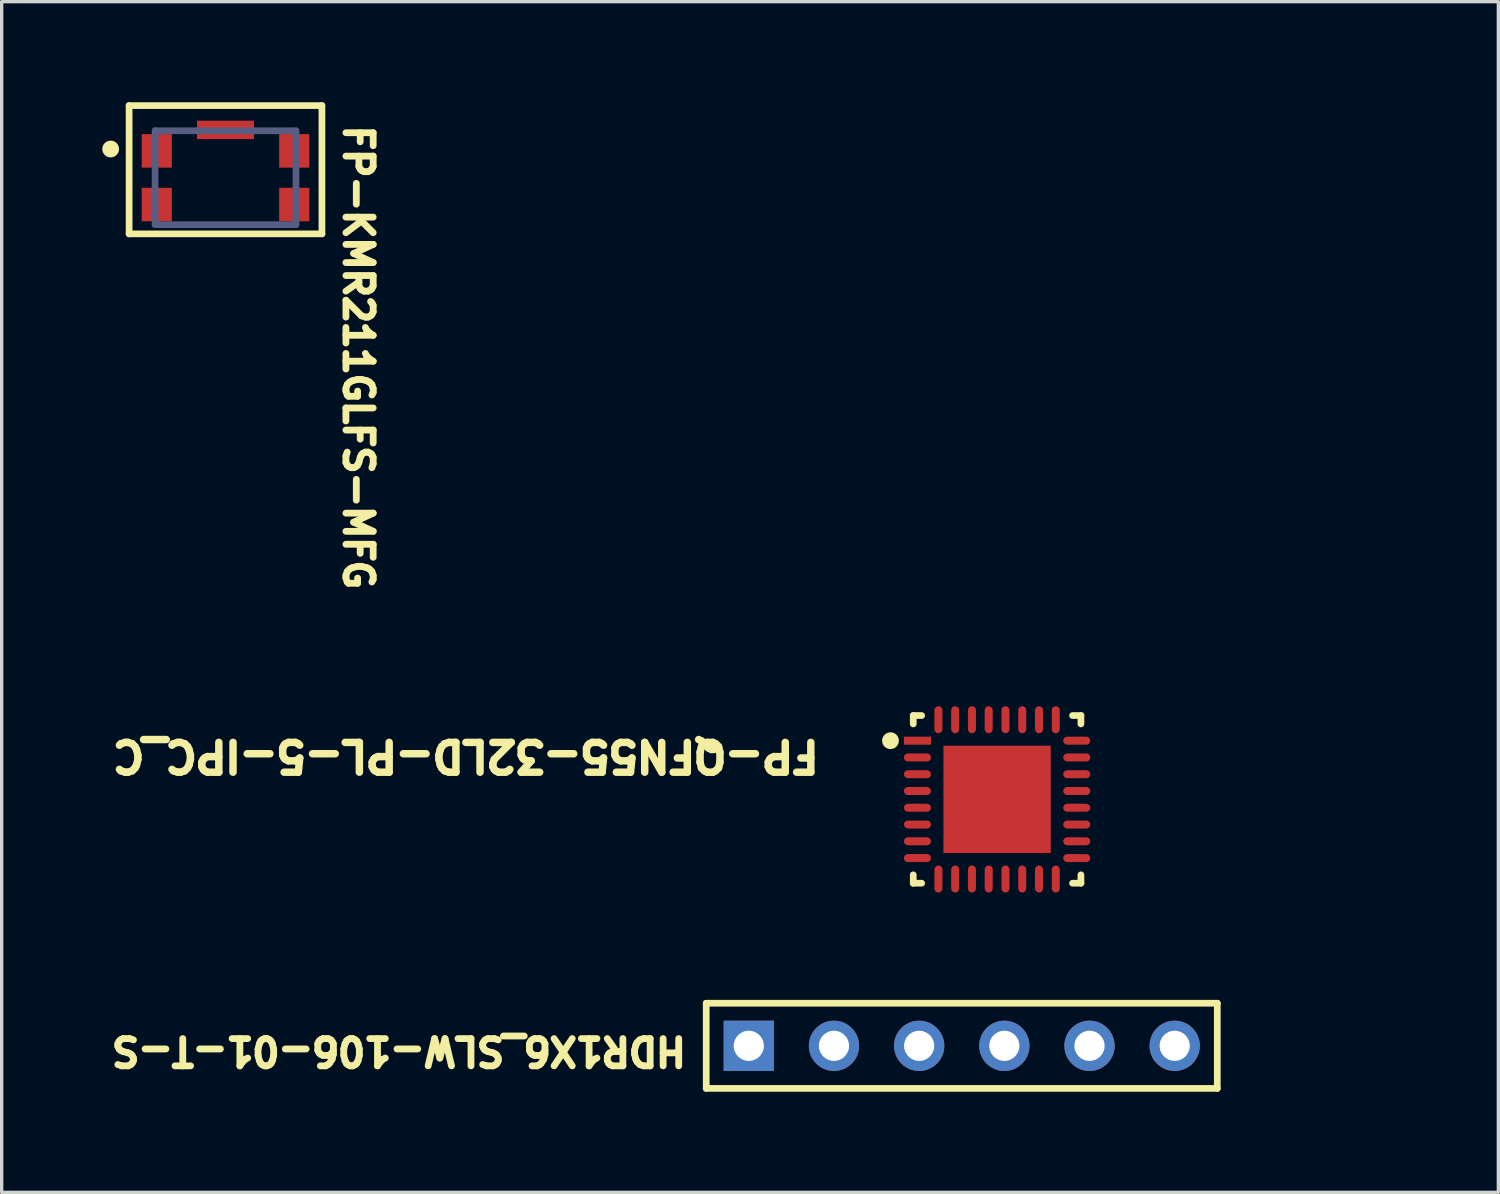
<source format=kicad_pcb>
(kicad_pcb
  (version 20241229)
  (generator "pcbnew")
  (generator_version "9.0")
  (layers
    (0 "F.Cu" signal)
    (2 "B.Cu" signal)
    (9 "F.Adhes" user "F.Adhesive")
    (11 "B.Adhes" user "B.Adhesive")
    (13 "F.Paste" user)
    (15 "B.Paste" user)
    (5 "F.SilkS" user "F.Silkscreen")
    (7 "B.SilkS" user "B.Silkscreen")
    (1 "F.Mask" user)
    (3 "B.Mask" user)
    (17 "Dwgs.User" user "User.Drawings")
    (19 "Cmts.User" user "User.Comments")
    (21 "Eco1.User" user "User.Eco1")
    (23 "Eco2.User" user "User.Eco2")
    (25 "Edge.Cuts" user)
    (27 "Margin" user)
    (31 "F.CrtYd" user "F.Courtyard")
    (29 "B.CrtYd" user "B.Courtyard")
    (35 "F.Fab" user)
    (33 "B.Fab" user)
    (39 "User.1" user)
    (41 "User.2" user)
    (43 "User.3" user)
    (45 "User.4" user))
  (footprint "HDR1X6_SLW-106-01-T-S"
    (layer "F.Cu")
    (at 19.279 28.136)
    (property "Reference" "HDR1X6_SLW-106-01-T-S" (at -1.763 -0.326 180) (unlocked yes) (layer "F.SilkS") (effects (font (size 0.813 0.813) (thickness 0.203)) (justify left bottom)))
    (fp_line (start -1.27 -1.27) (end -1.27 1.27) (stroke (width 0.2) (type solid)) (layer "F.SilkS"))
    (fp_line (start 13.97 -1.27) (end -1.27 -1.27) (stroke (width 0.2) (type solid)) (layer "F.SilkS"))
    (fp_line (start 13.97 -1.27) (end 13.97 1.27) (stroke (width 0.2) (type solid)) (layer "F.SilkS"))
    (fp_line (start 13.97 1.27) (end -1.27 1.27) (stroke (width 0.2) (type solid)) (layer "F.SilkS"))
    (pad "1" thru_hole rect (at 0 0) (size 1.5 1.5) (drill 0.9) (layers "*.Cu" "*.Mask"))
    (pad "2" thru_hole circle (at 2.54 0) (size 1.5 1.5) (drill 0.9) (layers "*.Cu" "*.Mask"))
    (pad "3" thru_hole circle (at 5.08 0) (size 1.5 1.5) (drill 0.9) (layers "*.Cu" "*.Mask"))
    (pad "4" thru_hole circle (at 7.62 0) (size 1.5 1.5) (drill 0.9) (layers "*.Cu" "*.Mask"))
    (pad "5" thru_hole circle (at 10.16 0) (size 1.5 1.5) (drill 0.9) (layers "*.Cu" "*.Mask"))
    (pad "6" thru_hole circle (at 12.7 0) (size 1.5 1.5) (drill 0.9) (layers "*.Cu" "*.Mask")))
  (footprint "FP-QFN55-32LD-PL-5-IPC_C"
    (layer "F.Cu")
    (at 26.683 20.787)
    (property "Reference" "FP-QFN55-32LD-PL-5-IPC_C" (at -5.197 -1.82 180) (unlocked yes) (layer "F.SilkS") (effects (font (size 0.889 0.889) (thickness 0.254)) (justify left bottom)))
    (fp_line (start -2.5 -2.5) (end -2.5 -2.25) (stroke (width 0.2) (type solid)) (layer "F.SilkS"))
    (fp_line (start -2.5 -2.5) (end -2.25 -2.5) (stroke (width 0.2) (type solid)) (layer "F.SilkS"))
    (fp_line (start -2.5 2.25) (end -2.5 2.5) (stroke (width 0.2) (type solid)) (layer "F.SilkS"))
    (fp_line (start -2.5 2.5) (end -2.25 2.5) (stroke (width 0.2) (type solid)) (layer "F.SilkS"))
    (fp_line (start 2.25 -2.5) (end 2.5 -2.5) (stroke (width 0.2) (type solid)) (layer "F.SilkS"))
    (fp_line (start 2.25 2.5) (end 2.5 2.5) (stroke (width 0.2) (type solid)) (layer "F.SilkS"))
    (fp_line (start 2.5 -2.5) (end 2.5 -2.25) (stroke (width 0.2) (type solid)) (layer "F.SilkS"))
    (fp_line (start 2.5 2.25) (end 2.5 2.5) (stroke (width 0.2) (type solid)) (layer "F.SilkS"))
    (fp_circle (center -3.179 -1.75) (end -3.179 -1.875) (stroke (width 0.25) (type solid)) (fill no) (layer "F.SilkS"))
    (fp_rect (start 1.012 1.012) (end -1.012 -1.012) (stroke (width 0) (type default)) (fill yes) (layer "F.Paste"))
    (fp_line (start -2.879 -2.879) (end -2.879 2.879) (stroke (width 0.2) (type solid)) (layer "Eco1.User"))
    (fp_line (start -2.879 -2.879) (end -2.879 2.879) (stroke (width 0.2) (type solid)) (layer "Eco1.User"))
    (fp_line (start -2.879 -2.879) (end 2.879 -2.879) (stroke (width 0.2) (type solid)) (layer "Eco1.User"))
    (fp_line (start -2.879 -2.879) (end 2.879 -2.879) (stroke (width 0.2) (type solid)) (layer "Eco1.User"))
    (fp_line (start -2.879 2.879) (end 2.879 2.879) (stroke (width 0.2) (type solid)) (layer "Eco1.User"))
    (fp_line (start -2.879 2.879) (end 2.879 2.879) (stroke (width 0.2) (type solid)) (layer "Eco1.User"))
    (fp_line (start -2.5 -2.5) (end -2.5 2.5) (stroke (width 0.2) (type solid)) (layer "Eco1.User"))
    (fp_line (start -2.5 -2.5) (end 2.5 -2.5) (stroke (width 0.2) (type solid)) (layer "Eco1.User"))
    (fp_line (start -2.5 2.5) (end 2.5 2.5) (stroke (width 0.2) (type solid)) (layer "Eco1.User"))
    (fp_line (start -0.5 0) (end 0.5 0) (stroke (width 0.1) (type solid)) (layer "Eco1.User"))
    (fp_line (start 0 -0.5) (end 0 0.5) (stroke (width 0.1) (type solid)) (layer "Eco1.User"))
    (fp_line (start 2.5 -2.5) (end 2.5 2.5) (stroke (width 0.2) (type solid)) (layer "Eco1.User"))
    (fp_line (start 2.879 -2.879) (end 2.879 2.879) (stroke (width 0.2) (type solid)) (layer "Eco1.User"))
    (fp_line (start 2.879 -2.879) (end 2.879 2.879) (stroke (width 0.2) (type solid)) (layer "Eco1.User"))
    (fp_text user "${REFERENCE}" (at -0.00002 -0.011 180) (unlocked yes) (layer "Eco1.User") (effects (font (face "Arial") (size 0.63 0.63) (thickness 0.1)) (justify left bottom mirror)))
    (pad "1" smd rect (at -2.375 -1.75 180) (size 0.808 0.239) (layers "F.Cu" "F.Mask" "F.Paste"))
    (pad "2" smd roundrect (at -2.375 -1.25 180) (size 0.808 0.239) (layers "F.Cu" "F.Mask" "F.Paste") (roundrect_rratio 0.5))
    (pad "3" smd roundrect (at -2.375 -0.75 180) (size 0.808 0.239) (layers "F.Cu" "F.Mask" "F.Paste") (roundrect_rratio 0.5))
    (pad "4" smd roundrect (at -2.375 -0.25 180) (size 0.808 0.239) (layers "F.Cu" "F.Mask" "F.Paste") (roundrect_rratio 0.5))
    (pad "5" smd roundrect (at -2.375 0.25 180) (size 0.808 0.239) (layers "F.Cu" "F.Mask" "F.Paste") (roundrect_rratio 0.5))
    (pad "6" smd roundrect (at -2.375 0.75 180) (size 0.808 0.239) (layers "F.Cu" "F.Mask" "F.Paste") (roundrect_rratio 0.5))
    (pad "7" smd roundrect (at -2.375 1.25 180) (size 0.808 0.239) (layers "F.Cu" "F.Mask" "F.Paste") (roundrect_rratio 0.5))
    (pad "8" smd roundrect (at -2.375 1.75 180) (size 0.808 0.239) (layers "F.Cu" "F.Mask" "F.Paste") (roundrect_rratio 0.5))
    (pad "9" smd roundrect (at -1.75 2.375 180) (size 0.239 0.808) (layers "F.Cu" "F.Mask" "F.Paste") (roundrect_rratio 0.5))
    (pad "10" smd roundrect (at -1.25 2.375 180) (size 0.239 0.808) (layers "F.Cu" "F.Mask" "F.Paste") (roundrect_rratio 0.5))
    (pad "11" smd roundrect (at -0.75 2.375 180) (size 0.239 0.808) (layers "F.Cu" "F.Mask" "F.Paste") (roundrect_rratio 0.5))
    (pad "12" smd roundrect (at -0.25 2.375 180) (size 0.239 0.808) (layers "F.Cu" "F.Mask" "F.Paste") (roundrect_rratio 0.5))
    (pad "13" smd roundrect (at 0.25 2.375 180) (size 0.239 0.808) (layers "F.Cu" "F.Mask" "F.Paste") (roundrect_rratio 0.5))
    (pad "14" smd roundrect (at 0.75 2.375 180) (size 0.239 0.808) (layers "F.Cu" "F.Mask" "F.Paste") (roundrect_rratio 0.5))
    (pad "15" smd roundrect (at 1.25 2.375 180) (size 0.239 0.808) (layers "F.Cu" "F.Mask" "F.Paste") (roundrect_rratio 0.5))
    (pad "16" smd roundrect (at 1.75 2.375 180) (size 0.239 0.808) (layers "F.Cu" "F.Mask" "F.Paste") (roundrect_rratio 0.5))
    (pad "17" smd roundrect (at 2.375 1.75 180) (size 0.808 0.239) (layers "F.Cu" "F.Mask" "F.Paste") (roundrect_rratio 0.5))
    (pad "18" smd roundrect (at 2.375 1.25 180) (size 0.808 0.239) (layers "F.Cu" "F.Mask" "F.Paste") (roundrect_rratio 0.5))
    (pad "19" smd roundrect (at 2.375 0.75 180) (size 0.808 0.239) (layers "F.Cu" "F.Mask" "F.Paste") (roundrect_rratio 0.5))
    (pad "20" smd roundrect (at 2.375 0.25 180) (size 0.808 0.239) (layers "F.Cu" "F.Mask" "F.Paste") (roundrect_rratio 0.5))
    (pad "21" smd roundrect (at 2.375 -0.25 180) (size 0.808 0.239) (layers "F.Cu" "F.Mask" "F.Paste") (roundrect_rratio 0.5))
    (pad "22" smd roundrect (at 2.375 -0.75 180) (size 0.808 0.239) (layers "F.Cu" "F.Mask" "F.Paste") (roundrect_rratio 0.5))
    (pad "23" smd roundrect (at 2.375 -1.25 180) (size 0.808 0.239) (layers "F.Cu" "F.Mask" "F.Paste") (roundrect_rratio 0.5))
    (pad "24" smd roundrect (at 2.375 -1.75 180) (size 0.808 0.239) (layers "F.Cu" "F.Mask" "F.Paste") (roundrect_rratio 0.5))
    (pad "25" smd roundrect (at 1.75 -2.375 180) (size 0.239 0.808) (layers "F.Cu" "F.Mask" "F.Paste") (roundrect_rratio 0.5))
    (pad "26" smd roundrect (at 1.25 -2.375 180) (size 0.239 0.808) (layers "F.Cu" "F.Mask" "F.Paste") (roundrect_rratio 0.5))
    (pad "27" smd roundrect (at 0.75 -2.375 180) (size 0.239 0.808) (layers "F.Cu" "F.Mask" "F.Paste") (roundrect_rratio 0.5))
    (pad "28" smd roundrect (at 0.25 -2.375 180) (size 0.239 0.808) (layers "F.Cu" "F.Mask" "F.Paste") (roundrect_rratio 0.5))
    (pad "29" smd roundrect (at -0.25 -2.375 180) (size 0.239 0.808) (layers "F.Cu" "F.Mask" "F.Paste") (roundrect_rratio 0.5))
    (pad "30" smd roundrect (at -0.75 -2.375 180) (size 0.239 0.808) (layers "F.Cu" "F.Mask" "F.Paste") (roundrect_rratio 0.5))
    (pad "31" smd roundrect (at -1.25 -2.375 180) (size 0.239 0.808) (layers "F.Cu" "F.Mask" "F.Paste") (roundrect_rratio 0.5))
    (pad "32" smd roundrect (at -1.75 -2.375 180) (size 0.239 0.808) (layers "F.Cu" "F.Mask" "F.Paste") (roundrect_rratio 0.5))
    (pad "33" smd rect (at 0 0 180) (size 3.2 3.2) (layers "F.Cu" "F.Mask" "F.Paste")))
  (footprint "FP-KMR211GLFS-MFG"
    (layer "F.Cu")
    (at 3.675 2.249)
    (property "Reference" "FP-KMR211GLFS-MFG" (at 3.48 -1.668 270) (unlocked yes) (layer "F.SilkS") (effects (font (size 0.813 0.813) (thickness 0.203)) (justify left bottom)))
    (fp_line (start -2.875 -2.15) (end -2.875 1.675) (stroke (width 0.2) (type solid)) (layer "F.SilkS"))
    (fp_line (start -2.875 -2.15) (end 2.875 -2.15) (stroke (width 0.2) (type solid)) (layer "F.SilkS"))
    (fp_line (start -2.875 1.675) (end 2.875 1.675) (stroke (width 0.2) (type solid)) (layer "F.SilkS"))
    (fp_line (start 2.875 -2.15) (end 2.875 1.675) (stroke (width 0.2) (type solid)) (layer "F.SilkS"))
    (fp_circle (center -3.425 -0.855) (end -3.3 -0.855) (stroke (width 0.25) (type solid)) (fill no) (layer "F.SilkS"))
    (fp_line (start -2.6 -1.8) (end -2.6 1.5) (stroke (width 0.2) (type solid)) (layer "Eco1.User"))
    (fp_line (start -2.6 -1.8) (end 2.6 -1.8) (stroke (width 0.2) (type solid)) (layer "Eco1.User"))
    (fp_line (start -2.6 1.5) (end 2.6 1.5) (stroke (width 0.2) (type solid)) (layer "Eco1.User"))
    (fp_line (start -0.495 0) (end 0.495 0) (stroke (width 0.1) (type solid)) (layer "Eco1.User"))
    (fp_line (start 0 -0.495) (end 0 0.495) (stroke (width 0.1) (type solid)) (layer "Eco1.User"))
    (fp_line (start 2.6 -1.8) (end 2.6 1.5) (stroke (width 0.2) (type solid)) (layer "Eco1.User"))
    (fp_line (start -2.1 -1.4) (end -2.1 1.4) (stroke (width 0.2) (type solid)) (layer "B.Fab"))
    (fp_line (start -2.1 -1.4) (end 2.1 -1.4) (stroke (width 0.2) (type solid)) (layer "B.Fab"))
    (fp_line (start -2.1 1.4) (end 2.1 1.4) (stroke (width 0.2) (type solid)) (layer "B.Fab"))
    (fp_line (start 2.1 -1.4) (end 2.1 1.4) (stroke (width 0.2) (type solid)) (layer "B.Fab"))
    (fp_line (start -2.6 -1.8) (end -2.6 1.5) (stroke (width 0.2) (type solid)) (layer "User.5"))
    (fp_line (start -2.6 -1.8) (end 2.6 -1.8) (stroke (width 0.2) (type solid)) (layer "User.5"))
    (fp_line (start -2.6 1.5) (end 2.6 1.5) (stroke (width 0.2) (type solid)) (layer "User.5"))
    (fp_line (start 2.6 -1.8) (end 2.6 1.5) (stroke (width 0.2) (type solid)) (layer "User.5"))
    (fp_text user "${REFERENCE}" (at -0.00001 -0.161 0) (unlocked yes) (layer "User.5") (effects (font (face "Arial") (size 0.63 0.63) (thickness 0.1)) (justify left bottom)))
    (pad "1" smd rect (at -2.05 -0.8) (size 0.9 1) (layers "F.Cu" "F.Mask" "F.Paste"))
    (pad "2" smd rect (at 2.05 -0.8) (size 0.9 1) (layers "F.Cu" "F.Mask" "F.Paste"))
    (pad "3" smd rect (at -2.05 0.8) (size 0.9 1) (layers "F.Cu" "F.Mask" "F.Paste"))
    (pad "4" smd rect (at 2.05 0.8) (size 0.9 1) (layers "F.Cu" "F.Mask" "F.Paste"))
    (pad "5" smd rect (at 0 -1.425) (size 1.7 0.55) (layers "F.Cu" "F.Mask" "F.Paste")))
  (gr_rect
    (start -3 -3)
    (end 41.63 32.506)
    (stroke (width 0.1) (type default))
    (fill no)
    (layer "Edge.Cuts")))
</source>
